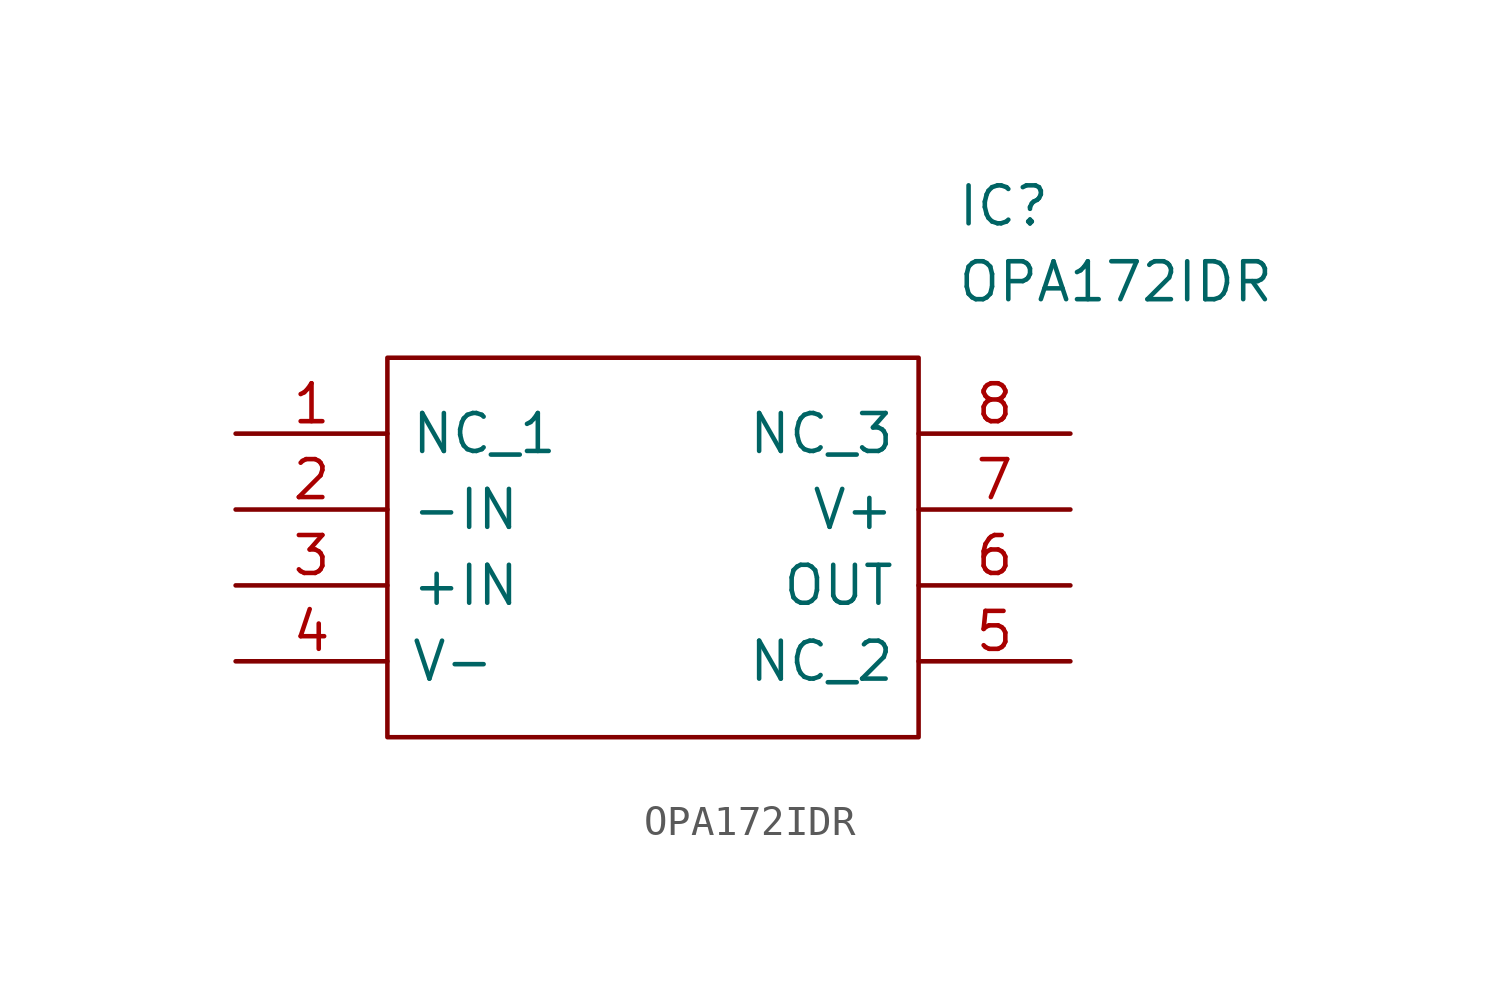
<source format=kicad_sym>
(kicad_symbol_lib
  (version 20211014)
  (generator kicad_symbol_editor)
  (symbol "OPA172IDR"
    (pin_names
      (offset 0.762))
    (property "Reference" "IC"
      (at 24.13 7.62 0)
      (effects (font (size 1.27 1.27)) (justify left)))
    (property "Value" "OPA172IDR"
      (at 24.13 5.08 0)
      (effects (font (size 1.27 1.27)) (justify left)))
    (symbol "OPA172IDR_0_0"
      (pin passive line (at 0 0 0) (length 5.08) (name "NC_1" (effects (font (size 1.27 1.27)))) (number "1" (effects (font (size 1.27 1.27)))))
      (pin passive line (at 0 -2.54 0) (length 5.08) (name "-IN" (effects (font (size 1.27 1.27)))) (number "2" (effects (font (size 1.27 1.27)))))
      (pin passive line (at 0 -5.08 0) (length 5.08) (name "+IN" (effects (font (size 1.27 1.27)))) (number "3" (effects (font (size 1.27 1.27)))))
      (pin passive line (at 0 -7.62 0) (length 5.08) (name "V-" (effects (font (size 1.27 1.27)))) (number "4" (effects (font (size 1.27 1.27)))))
      (pin passive line (at 27.94 -7.62 180) (length 5.08) (name "NC_2" (effects (font (size 1.27 1.27)))) (number "5" (effects (font (size 1.27 1.27)))))
      (pin passive line (at 27.94 -5.08 180) (length 5.08) (name "OUT" (effects (font (size 1.27 1.27)))) (number "6" (effects (font (size 1.27 1.27)))))
      (pin passive line (at 27.94 -2.54 180) (length 5.08) (name "V+" (effects (font (size 1.27 1.27)))) (number "7" (effects (font (size 1.27 1.27)))))
      (pin passive line (at 27.94 0 180) (length 5.08) (name "NC_3" (effects (font (size 1.27 1.27)))) (number "8" (effects (font (size 1.27 1.27))))))
    (symbol "OPA172IDR_0_1"
      (polyline (pts (xy 5.08 2.54) (xy 22.86 2.54) (xy 22.86 -10.16) (xy 5.08 -10.16) (xy 5.08 2.54)) (stroke (width 0.152) (type default) (color 0 0 0 0)) (fill (type none))))))
</source>
